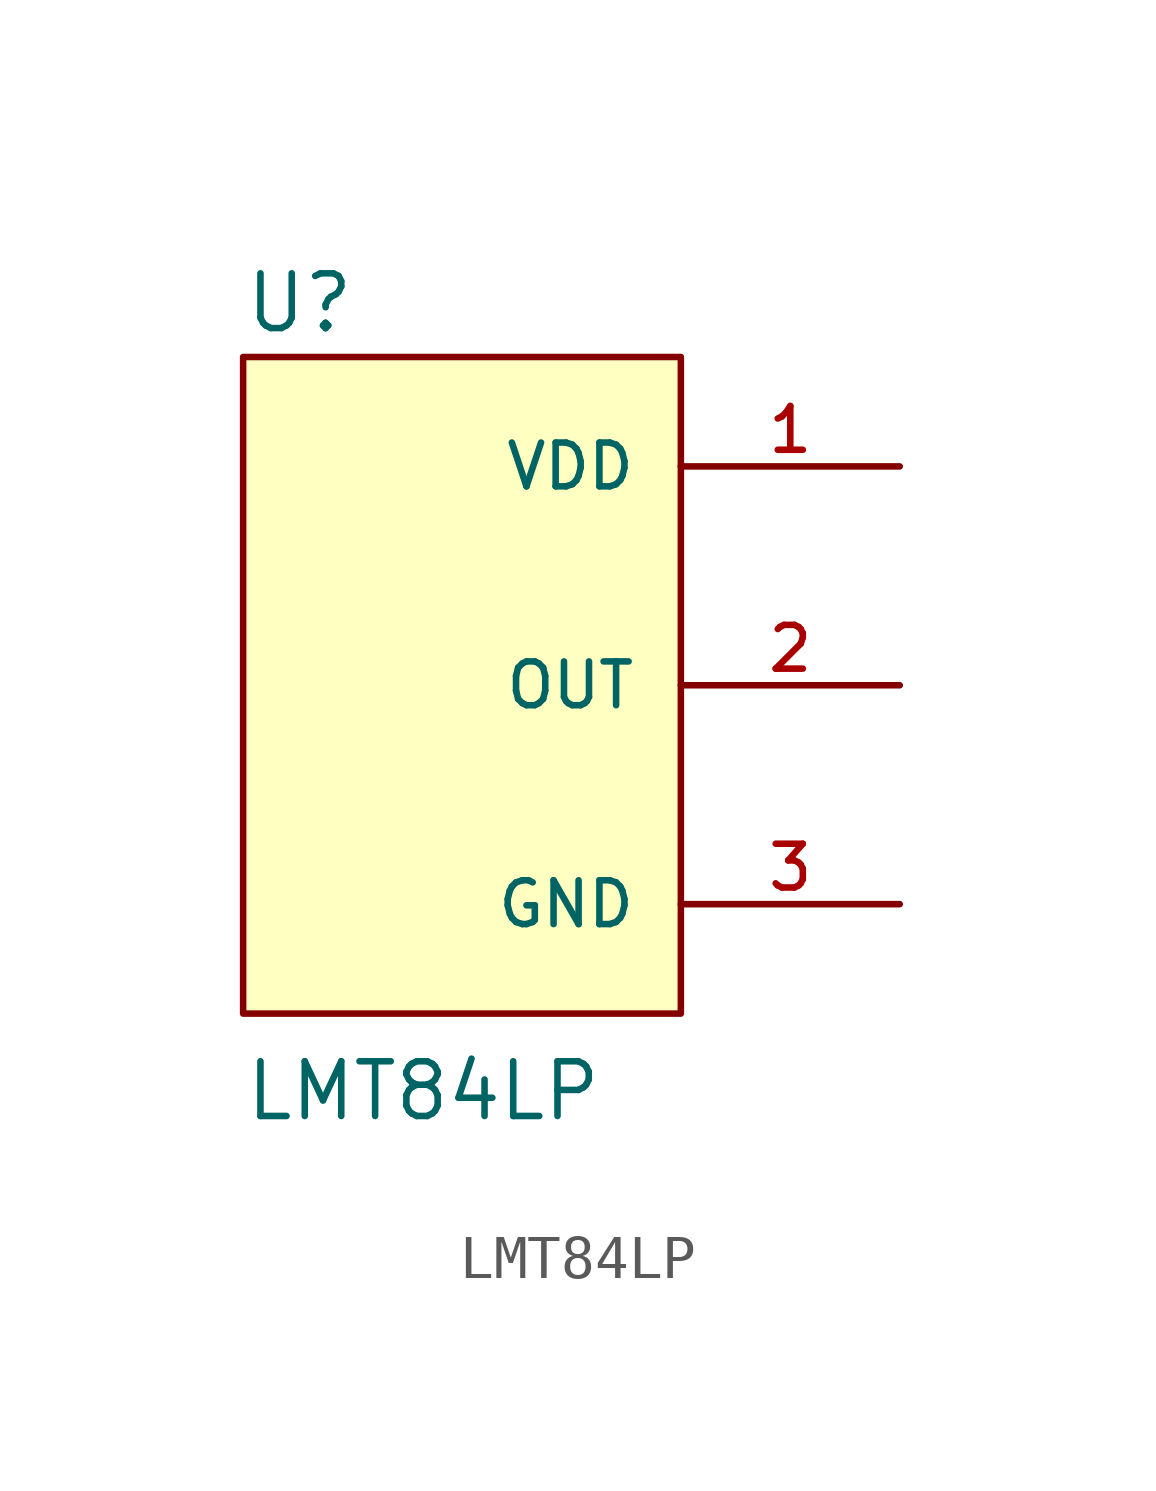
<source format=kicad_sym>
(kicad_symbol_lib
  (version 20211014)
  (generator kicad_symbol_editor)
  (symbol "LMT84LP"
    (pin_names
      (offset 1.016))
    (property "Reference" "U"
      (at -5.08 8.128 0)
      (effects (font (size 1.27 1.27)) (justify bottom left)))
    (property "Value" "LMT84LP"
      (at -5.08 -10.16 0)
      (effects (font (size 1.27 1.27)) (justify bottom left)))
    (symbol "LMT84LP_0_0"
      (rectangle (start -5.08 -7.62) (end 5.08 7.62) (stroke (width 0.152)) (fill (type background)))
      (pin power_in line (at 10.16 5.08 180.0) (length 5.08) (name "VDD" (effects (font (size 1.016 1.016)))) (number "1" (effects (font (size 1.016 1.016)))))
      (pin output line (at 10.16 0.0 180.0) (length 5.08) (name "OUT" (effects (font (size 1.016 1.016)))) (number "2" (effects (font (size 1.016 1.016)))))
      (pin power_in line (at 10.16 -5.08 180.0) (length 5.08) (name "GND" (effects (font (size 1.016 1.016)))) (number "3" (effects (font (size 1.016 1.016))))))))
</source>
